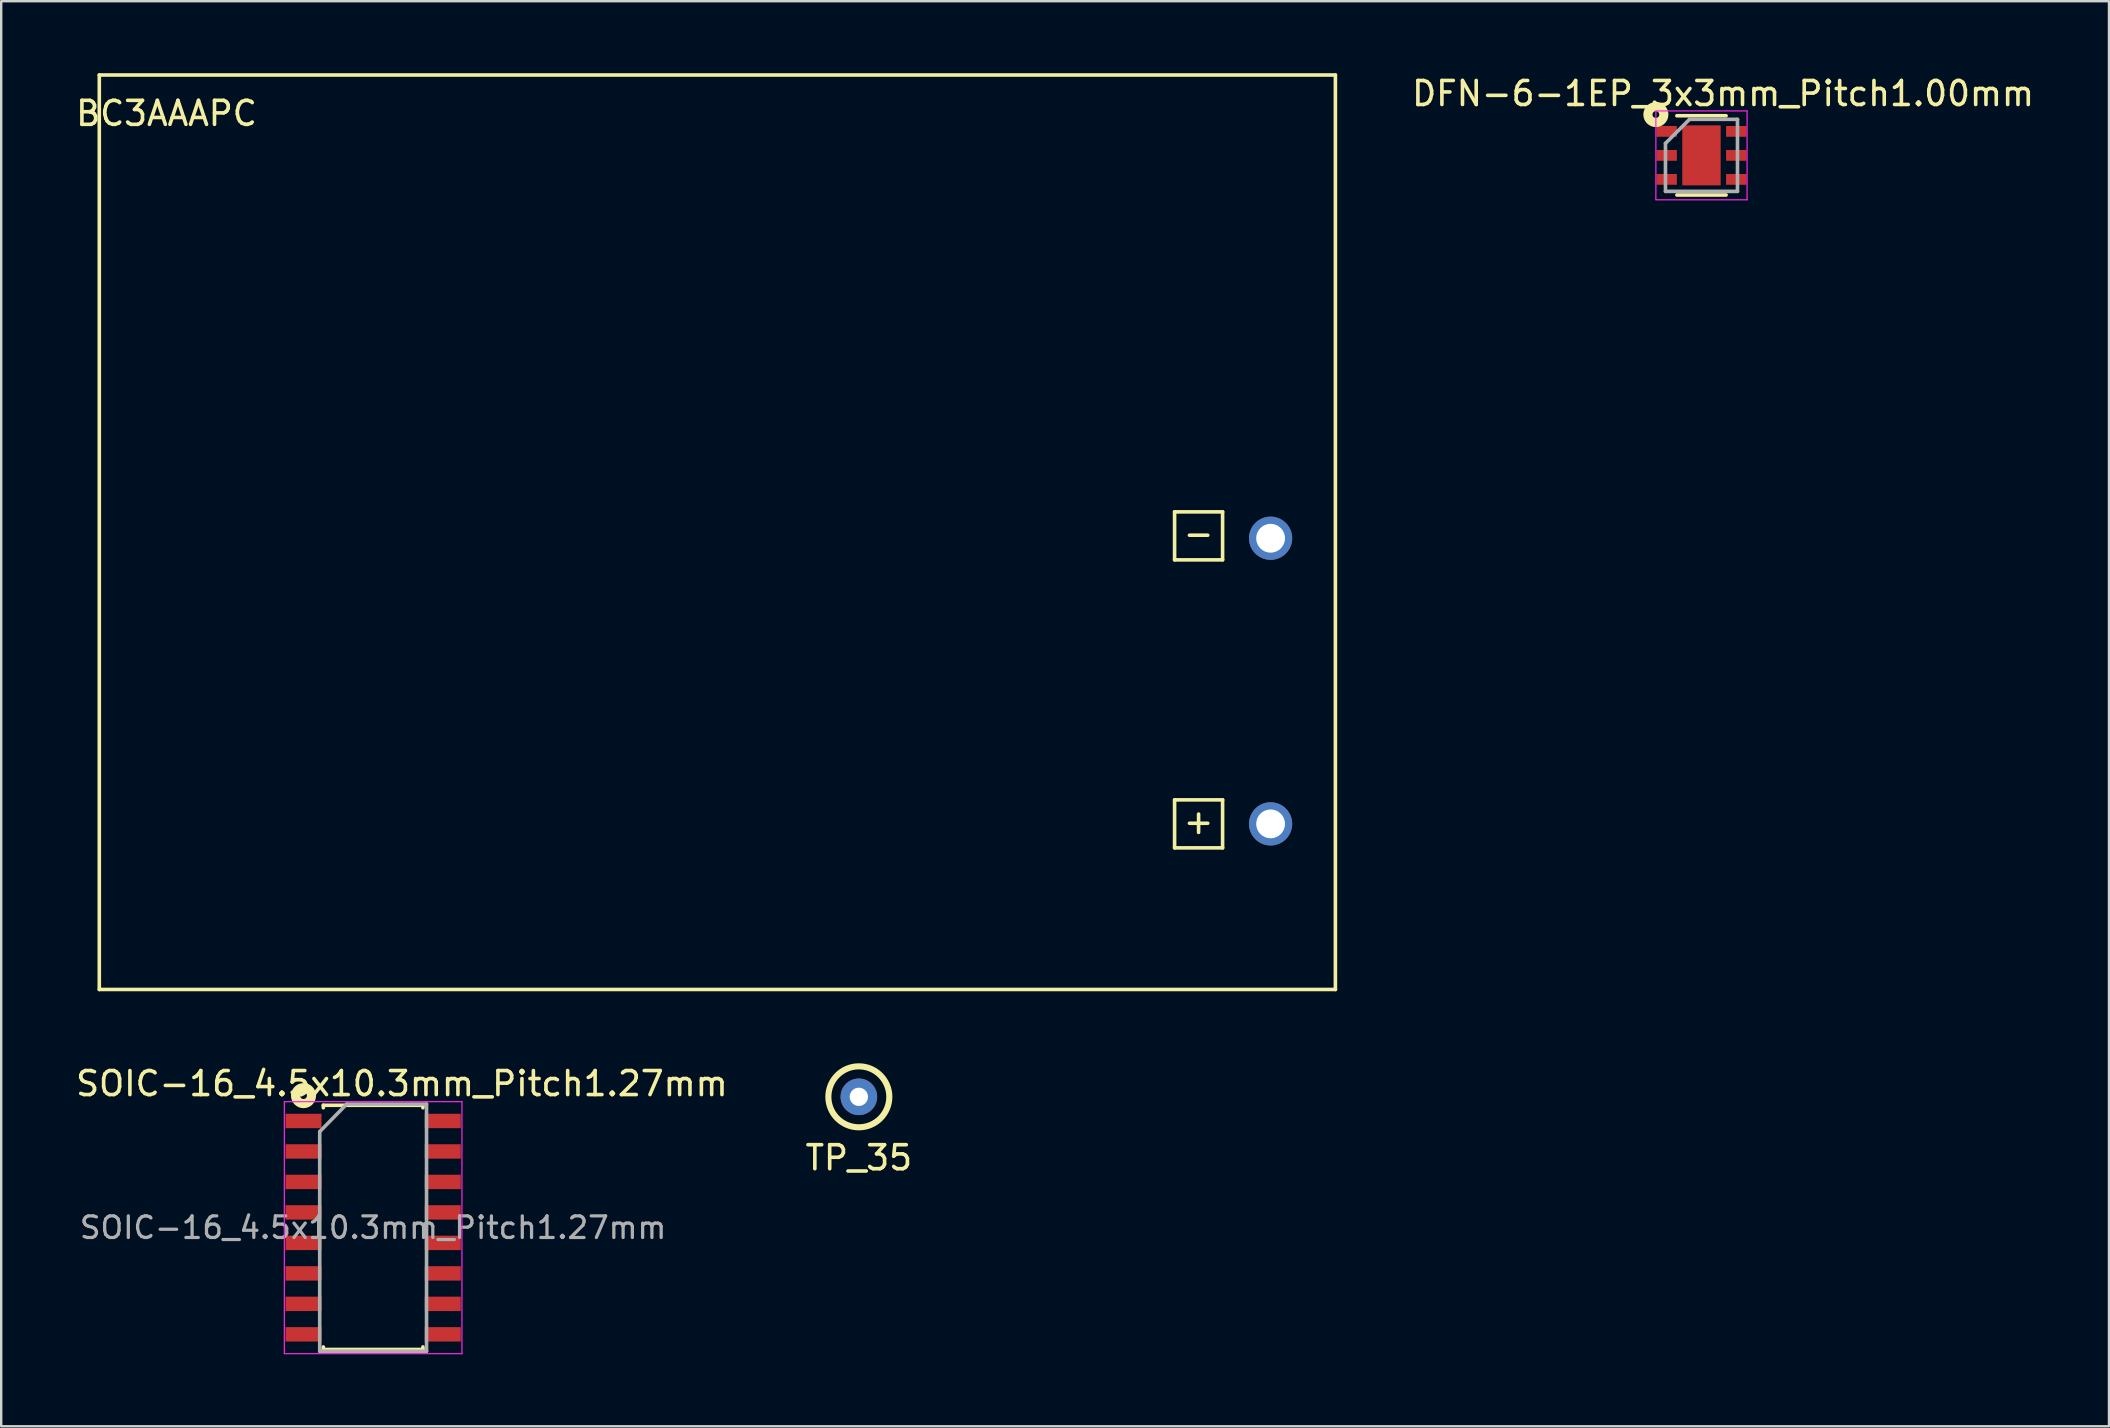
<source format=kicad_pcb>
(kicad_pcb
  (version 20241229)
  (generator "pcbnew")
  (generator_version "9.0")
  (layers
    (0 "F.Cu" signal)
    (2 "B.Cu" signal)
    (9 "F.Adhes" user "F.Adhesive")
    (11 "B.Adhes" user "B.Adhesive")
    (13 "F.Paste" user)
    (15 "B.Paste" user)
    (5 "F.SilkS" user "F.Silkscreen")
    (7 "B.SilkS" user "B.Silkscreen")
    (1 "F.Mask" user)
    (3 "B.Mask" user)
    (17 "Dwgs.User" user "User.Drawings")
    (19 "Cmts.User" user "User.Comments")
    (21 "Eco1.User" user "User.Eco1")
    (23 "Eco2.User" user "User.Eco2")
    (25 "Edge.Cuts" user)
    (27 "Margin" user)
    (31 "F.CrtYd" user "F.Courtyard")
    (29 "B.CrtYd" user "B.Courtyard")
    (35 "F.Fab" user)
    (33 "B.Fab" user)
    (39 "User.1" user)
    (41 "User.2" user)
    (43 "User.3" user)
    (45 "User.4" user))
  (footprint "TP_35"
    (layer "F.Cu")
    (at 32.732 42.647)
    (property "Reference" "TP_35" (at 0 2.54 0) (layer "F.SilkS") (effects (font (size 1 1) (thickness 0.15))))
    (attr through_hole)
    (fp_circle (center 0 0) (end 1.27 0) (stroke (width 0.254) (type solid)) (fill no) (layer "F.SilkS"))
    (pad "1" thru_hole circle (at 0 0) (size 1.524 1.524) (drill 0.762) (layers "*.Cu" "*.Mask")))
  (footprint "BC3AAAPC"
    (layer "F.Cu")
    (at 49.887 31.275)
    (property "Reference" "BC3AAAPC" (at -46 -29.6 0) (layer "F.SilkS") (effects (font (size 1 1) (thickness 0.15))))
    (attr through_hole)
    (fp_line (start -48.8 -31.2) (end -48.8 6.9) (stroke (width 0.15) (type solid)) (layer "F.SilkS"))
    (fp_line (start -48.8 6.9) (end 2.7 6.9) (stroke (width 0.15) (type solid)) (layer "F.SilkS"))
    (fp_line (start -4 -13) (end -4 -11) (stroke (width 0.15) (type solid)) (layer "F.SilkS"))
    (fp_line (start -4 -11) (end -2 -11) (stroke (width 0.15) (type solid)) (layer "F.SilkS"))
    (fp_line (start -4 -1) (end -4 1) (stroke (width 0.15) (type solid)) (layer "F.SilkS"))
    (fp_line (start -4 1) (end -2 1) (stroke (width 0.15) (type solid)) (layer "F.SilkS"))
    (fp_line (start -2 -13) (end -4 -13) (stroke (width 0.15) (type solid)) (layer "F.SilkS"))
    (fp_line (start -2 -11) (end -2 -13) (stroke (width 0.15) (type solid)) (layer "F.SilkS"))
    (fp_line (start -2 -1) (end -4 -1) (stroke (width 0.15) (type solid)) (layer "F.SilkS"))
    (fp_line (start -2 1) (end -2 -1) (stroke (width 0.15) (type solid)) (layer "F.SilkS"))
    (fp_line (start 2.7 -31.2) (end -48.8 -31.2) (stroke (width 0.15) (type solid)) (layer "F.SilkS"))
    (fp_line (start 2.7 6.9) (end 2.7 -31.2) (stroke (width 0.15) (type solid)) (layer "F.SilkS"))
    (fp_text user "+" (at -3 -0.1 0) (layer "F.SilkS") (effects (font (size 1 1) (thickness 0.15))))
    (fp_text user "-" (at -3 -12.1 0) (layer "F.SilkS") (effects (font (size 1 1) (thickness 0.15))))
    (pad "1" thru_hole circle (at 0 0) (size 1.8 1.8) (drill 1.2) (layers "*.Cu" "*.Mask"))
    (pad "2" thru_hole circle (at 0 -11.9) (size 1.8 1.8) (drill 1.2) (layers "*.Cu" "*.Mask")))
  (footprint "SOIC-16_4.5x10.3mm_Pitch1.27mm"
    (layer "F.Cu")
    (at 12.496 48.098)
    (property "Reference" "SOIC-16_4.5x10.3mm_Pitch1.27mm" (at 1.2 -6 0) (layer "F.SilkS") (effects (font (size 1 1) (thickness 0.15))))
    (attr smd)
    (fp_line (start -2.075 -5.1) (end 2.075 -5.1) (stroke (width 0.15) (type solid)) (layer "F.SilkS"))
    (fp_line (start -2.075 -4.995) (end -2.075 -5.1) (stroke (width 0.15) (type solid)) (layer "F.SilkS"))
    (fp_line (start -2.075 5.075) (end -2.075 4.97) (stroke (width 0.15) (type solid)) (layer "F.SilkS"))
    (fp_line (start -2.075 5.075) (end 2.075 5.075) (stroke (width 0.15) (type solid)) (layer "F.SilkS"))
    (fp_line (start 2.075 -4.995) (end 2.075 -5.1) (stroke (width 0.15) (type solid)) (layer "F.SilkS"))
    (fp_line (start 2.075 5.075) (end 2.075 4.97) (stroke (width 0.15) (type solid)) (layer "F.SilkS"))
    (fp_circle (center -2.9 -5.5) (end -2.8 -5.4) (stroke (width 0.381) (type solid)) (fill no) (layer "F.SilkS"))
    (fp_line (start -3.7 -5.25) (end -3.7 5.25) (stroke (width 0.05) (type solid)) (layer "F.CrtYd"))
    (fp_line (start -3.7 -5.25) (end 3.7 -5.25) (stroke (width 0.05) (type solid)) (layer "F.CrtYd"))
    (fp_line (start -3.7 5.25) (end 3.7 5.25) (stroke (width 0.05) (type solid)) (layer "F.CrtYd"))
    (fp_line (start 3.7 -5.25) (end 3.7 5.25) (stroke (width 0.05) (type solid)) (layer "F.CrtYd"))
    (fp_line (start -2.225 -4) (end -1.1 -5.15) (stroke (width 0.15) (type solid)) (layer "F.Fab"))
    (fp_line (start -2.225 5.15) (end -2.225 -4) (stroke (width 0.15) (type solid)) (layer "F.Fab"))
    (fp_line (start -1.1 -5.15) (end 2.225 -5.15) (stroke (width 0.15) (type solid)) (layer "F.Fab"))
    (fp_line (start 2.225 -5.15) (end 2.225 5.15) (stroke (width 0.15) (type solid)) (layer "F.Fab"))
    (fp_line (start 2.225 5.15) (end -2.225 5.15) (stroke (width 0.15) (type solid)) (layer "F.Fab"))
    (fp_text user "${REFERENCE}" (at 0 0 0) (layer "F.Fab") (effects (font (size 0.9 0.9) (thickness 0.135))))
    (pad "1" smd rect (at -2.9 -4.445) (size 1.5 0.6) (layers "F.Cu" "F.Mask" "F.Paste"))
    (pad "2" smd rect (at -2.9 -3.175) (size 1.5 0.6) (layers "F.Cu" "F.Mask" "F.Paste"))
    (pad "3" smd rect (at -2.9 -1.905) (size 1.5 0.6) (layers "F.Cu" "F.Mask" "F.Paste"))
    (pad "4" smd rect (at -2.9 -0.635) (size 1.5 0.6) (layers "F.Cu" "F.Mask" "F.Paste"))
    (pad "5" smd rect (at -2.9 0.635) (size 1.5 0.6) (layers "F.Cu" "F.Mask" "F.Paste"))
    (pad "6" smd rect (at -2.9 1.905) (size 1.5 0.6) (layers "F.Cu" "F.Mask" "F.Paste"))
    (pad "7" smd rect (at -2.9 3.175) (size 1.5 0.6) (layers "F.Cu" "F.Mask" "F.Paste"))
    (pad "8" smd rect (at -2.9 4.445) (size 1.5 0.6) (layers "F.Cu" "F.Mask" "F.Paste"))
    (pad "9" smd rect (at 2.9 4.445) (size 1.5 0.6) (layers "F.Cu" "F.Mask" "F.Paste"))
    (pad "10" smd rect (at 2.9 3.175) (size 1.5 0.6) (layers "F.Cu" "F.Mask" "F.Paste"))
    (pad "11" smd rect (at 2.9 1.905) (size 1.5 0.6) (layers "F.Cu" "F.Mask" "F.Paste"))
    (pad "12" smd rect (at 2.9 0.635) (size 1.5 0.6) (layers "F.Cu" "F.Mask" "F.Paste"))
    (pad "13" smd rect (at 2.9 -0.635) (size 1.5 0.6) (layers "F.Cu" "F.Mask" "F.Paste"))
    (pad "14" smd rect (at 2.9 -1.905) (size 1.5 0.6) (layers "F.Cu" "F.Mask" "F.Paste"))
    (pad "15" smd rect (at 2.9 -3.175) (size 1.5 0.6) (layers "F.Cu" "F.Mask" "F.Paste"))
    (pad "16" smd rect (at 2.9 -4.445) (size 1.5 0.6) (layers "F.Cu" "F.Mask" "F.Paste")))
  (footprint "DFN-6-1EP_3x3mm_Pitch1.00mm"
    (layer "F.Cu")
    (at 67.839 3.423)
    (property "Reference" "DFN-6-1EP_3x3mm_Pitch1.00mm" (at 0.9 -2.575 0) (layer "F.SilkS") (effects (font (size 1 1) (thickness 0.15))))
    (attr smd)
    (fp_line (start -1.025 -1.65) (end 1.025 -1.65) (stroke (width 0.15) (type solid)) (layer "F.SilkS"))
    (fp_line (start -1.025 1.65) (end 1.025 1.65) (stroke (width 0.15) (type solid)) (layer "F.SilkS"))
    (fp_circle (center -1.9 -1.7) (end -1.8 -1.6) (stroke (width 0.381) (type solid)) (fill no) (layer "F.SilkS"))
    (fp_line (start -1.9 -1.85) (end -1.9 1.85) (stroke (width 0.05) (type solid)) (layer "F.CrtYd"))
    (fp_line (start -1.9 -1.85) (end 1.9 -1.85) (stroke (width 0.05) (type solid)) (layer "F.CrtYd"))
    (fp_line (start -1.9 1.85) (end 1.9 1.85) (stroke (width 0.05) (type solid)) (layer "F.CrtYd"))
    (fp_line (start 1.9 -1.85) (end 1.9 1.85) (stroke (width 0.05) (type solid)) (layer "F.CrtYd"))
    (fp_line (start -1.5 -0.5) (end -0.5 -1.5) (stroke (width 0.15) (type solid)) (layer "F.Fab"))
    (fp_line (start -1.5 1.5) (end -1.5 -0.5) (stroke (width 0.15) (type solid)) (layer "F.Fab"))
    (fp_line (start -0.5 -1.5) (end 1.5 -1.5) (stroke (width 0.15) (type solid)) (layer "F.Fab"))
    (fp_line (start 1.5 -1.5) (end 1.5 1.5) (stroke (width 0.15) (type solid)) (layer "F.Fab"))
    (fp_line (start 1.5 1.5) (end -1.5 1.5) (stroke (width 0.15) (type solid)) (layer "F.Fab"))
    (pad "1" smd rect (at -1.45 -1) (size 0.85 0.45) (layers "F.Cu" "F.Mask" "F.Paste"))
    (pad "2" smd rect (at -1.45 0) (size 0.85 0.45) (layers "F.Cu" "F.Mask" "F.Paste"))
    (pad "3" smd rect (at -1.45 1) (size 0.85 0.45) (layers "F.Cu" "F.Mask" "F.Paste"))
    (pad "4" smd rect (at 1.45 1) (size 0.85 0.45) (layers "F.Cu" "F.Mask" "F.Paste"))
    (pad "5" smd rect (at 1.45 0) (size 0.85 0.45) (layers "F.Cu" "F.Mask" "F.Paste"))
    (pad "6" smd rect (at 1.45 -1) (size 0.85 0.45) (layers "F.Cu" "F.Mask" "F.Paste"))
    (pad "7" smd rect (at 0 0) (size 1.6 2.5) (layers "F.Cu" "F.Mask" "F.Paste")))
  (gr_rect
    (start -3 -3)
    (end 84.817 56.373)
    (stroke (width 0.1) (type default))
    (fill no)
    (layer "Edge.Cuts")))
</source>
